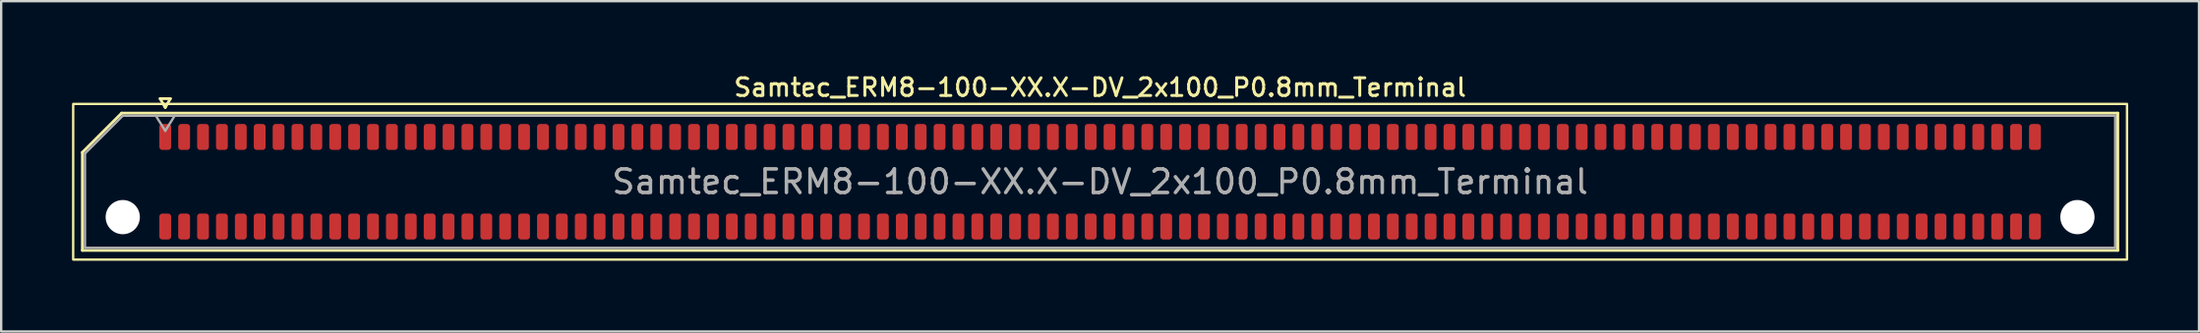
<source format=kicad_pcb>
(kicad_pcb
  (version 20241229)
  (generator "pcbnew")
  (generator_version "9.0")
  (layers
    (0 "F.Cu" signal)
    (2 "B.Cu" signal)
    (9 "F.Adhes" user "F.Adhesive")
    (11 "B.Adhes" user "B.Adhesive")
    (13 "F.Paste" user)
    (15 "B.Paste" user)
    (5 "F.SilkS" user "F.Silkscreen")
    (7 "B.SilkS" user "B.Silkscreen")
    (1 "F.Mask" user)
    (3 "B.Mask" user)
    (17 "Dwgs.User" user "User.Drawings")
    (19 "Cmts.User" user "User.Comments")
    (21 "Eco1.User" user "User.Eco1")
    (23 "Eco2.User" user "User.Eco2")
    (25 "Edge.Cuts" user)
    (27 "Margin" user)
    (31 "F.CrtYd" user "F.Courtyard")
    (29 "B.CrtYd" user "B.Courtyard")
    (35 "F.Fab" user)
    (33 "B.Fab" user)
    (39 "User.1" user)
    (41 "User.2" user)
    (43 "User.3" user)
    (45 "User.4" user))
  (footprint "Samtec_ERM8-100-XX.X-DV_2x100_P0.8mm_Terminal"
    (layer "F.Cu")
    (at 43.55 4.658)
    (property "Reference" "Samtec_ERM8-100-XX.X-DV_2x100_P0.8mm_Terminal" (at 0 -4 0) (layer "F.SilkS") (effects (font (size 0.75 0.75) (thickness 0.125))))
    (attr smd)
    (fp_line (start -43.11 -1.246) (end -41.446 -2.91) (stroke (width 0.12) (type solid)) (layer "F.SilkS"))
    (fp_line (start -43.11 2.91) (end -43.11 -1.246) (stroke (width 0.12) (type solid)) (layer "F.SilkS"))
    (fp_line (start -41.446 -2.91) (end 43.11 -2.91) (stroke (width 0.12) (type solid)) (layer "F.SilkS"))
    (fp_line (start -39.817 -3.525) (end -39.6 -3.15) (stroke (width 0.12) (type solid)) (layer "F.SilkS"))
    (fp_line (start -39.6 -3.15) (end -39.383 -3.525) (stroke (width 0.12) (type solid)) (layer "F.SilkS"))
    (fp_line (start -39.383 -3.525) (end -39.817 -3.525) (stroke (width 0.12) (type solid)) (layer "F.SilkS"))
    (fp_line (start 43.11 -2.91) (end 43.11 2.91) (stroke (width 0.12) (type solid)) (layer "F.SilkS"))
    (fp_line (start 43.11 2.91) (end -43.11 2.91) (stroke (width 0.12) (type solid)) (layer "F.SilkS"))
    (fp_rect (start -43.5 -3.3) (end 43.5 3.3) (stroke (width 0.1) (type solid)) (fill no) (layer "F.SilkS"))
    (fp_line (start -43 -1.2) (end -41.4 -2.8) (stroke (width 0.1) (type solid)) (layer "F.Fab"))
    (fp_line (start -43 2.8) (end -43 -1.2) (stroke (width 0.1) (type solid)) (layer "F.Fab"))
    (fp_line (start -41.4 -2.8) (end 43 -2.8) (stroke (width 0.1) (type solid)) (layer "F.Fab"))
    (fp_line (start -40 -2.8) (end -39.6 -2.16) (stroke (width 0.1) (type solid)) (layer "F.Fab"))
    (fp_line (start -39.6 -2.16) (end -39.2 -2.8) (stroke (width 0.1) (type solid)) (layer "F.Fab"))
    (fp_line (start 43 -2.8) (end 43 2.8) (stroke (width 0.1) (type solid)) (layer "F.Fab"))
    (fp_line (start 43 2.8) (end -43 2.8) (stroke (width 0.1) (type solid)) (layer "F.Fab"))
    (fp_text user "${REFERENCE}" (at 0 0 0) (layer "F.Fab") (effects (font (size 1 1) (thickness 0.15))))
    (pad "" np_thru_hole circle (at -41.4 1.5) (size 1.45 1.45) (drill 1.45) (layers "*.Cu" "*.Mask"))
    (pad "" np_thru_hole circle (at 41.4 1.5) (size 1.45 1.45) (drill 1.45) (layers "*.Cu" "*.Mask"))
    (pad "1" smd roundrect (at -39.6 -1.9) (size 0.5 1.1) (layers "F.Cu" "F.Mask" "F.Paste") (roundrect_rratio 0.25))
    (pad "2" smd roundrect (at -39.6 1.9) (size 0.5 1.1) (layers "F.Cu" "F.Mask" "F.Paste") (roundrect_rratio 0.25))
    (pad "3" smd roundrect (at -38.8 -1.9) (size 0.5 1.1) (layers "F.Cu" "F.Mask" "F.Paste") (roundrect_rratio 0.25))
    (pad "4" smd roundrect (at -38.8 1.9) (size 0.5 1.1) (layers "F.Cu" "F.Mask" "F.Paste") (roundrect_rratio 0.25))
    (pad "5" smd roundrect (at -38 -1.9) (size 0.5 1.1) (layers "F.Cu" "F.Mask" "F.Paste") (roundrect_rratio 0.25))
    (pad "6" smd roundrect (at -38 1.9) (size 0.5 1.1) (layers "F.Cu" "F.Mask" "F.Paste") (roundrect_rratio 0.25))
    (pad "7" smd roundrect (at -37.2 -1.9) (size 0.5 1.1) (layers "F.Cu" "F.Mask" "F.Paste") (roundrect_rratio 0.25))
    (pad "8" smd roundrect (at -37.2 1.9) (size 0.5 1.1) (layers "F.Cu" "F.Mask" "F.Paste") (roundrect_rratio 0.25))
    (pad "9" smd roundrect (at -36.4 -1.9) (size 0.5 1.1) (layers "F.Cu" "F.Mask" "F.Paste") (roundrect_rratio 0.25))
    (pad "10" smd roundrect (at -36.4 1.9) (size 0.5 1.1) (layers "F.Cu" "F.Mask" "F.Paste") (roundrect_rratio 0.25))
    (pad "11" smd roundrect (at -35.6 -1.9) (size 0.5 1.1) (layers "F.Cu" "F.Mask" "F.Paste") (roundrect_rratio 0.25))
    (pad "12" smd roundrect (at -35.6 1.9) (size 0.5 1.1) (layers "F.Cu" "F.Mask" "F.Paste") (roundrect_rratio 0.25))
    (pad "13" smd roundrect (at -34.8 -1.9) (size 0.5 1.1) (layers "F.Cu" "F.Mask" "F.Paste") (roundrect_rratio 0.25))
    (pad "14" smd roundrect (at -34.8 1.9) (size 0.5 1.1) (layers "F.Cu" "F.Mask" "F.Paste") (roundrect_rratio 0.25))
    (pad "15" smd roundrect (at -34 -1.9) (size 0.5 1.1) (layers "F.Cu" "F.Mask" "F.Paste") (roundrect_rratio 0.25))
    (pad "16" smd roundrect (at -34 1.9) (size 0.5 1.1) (layers "F.Cu" "F.Mask" "F.Paste") (roundrect_rratio 0.25))
    (pad "17" smd roundrect (at -33.2 -1.9) (size 0.5 1.1) (layers "F.Cu" "F.Mask" "F.Paste") (roundrect_rratio 0.25))
    (pad "18" smd roundrect (at -33.2 1.9) (size 0.5 1.1) (layers "F.Cu" "F.Mask" "F.Paste") (roundrect_rratio 0.25))
    (pad "19" smd roundrect (at -32.4 -1.9) (size 0.5 1.1) (layers "F.Cu" "F.Mask" "F.Paste") (roundrect_rratio 0.25))
    (pad "20" smd roundrect (at -32.4 1.9) (size 0.5 1.1) (layers "F.Cu" "F.Mask" "F.Paste") (roundrect_rratio 0.25))
    (pad "21" smd roundrect (at -31.6 -1.9) (size 0.5 1.1) (layers "F.Cu" "F.Mask" "F.Paste") (roundrect_rratio 0.25))
    (pad "22" smd roundrect (at -31.6 1.9) (size 0.5 1.1) (layers "F.Cu" "F.Mask" "F.Paste") (roundrect_rratio 0.25))
    (pad "23" smd roundrect (at -30.8 -1.9) (size 0.5 1.1) (layers "F.Cu" "F.Mask" "F.Paste") (roundrect_rratio 0.25))
    (pad "24" smd roundrect (at -30.8 1.9) (size 0.5 1.1) (layers "F.Cu" "F.Mask" "F.Paste") (roundrect_rratio 0.25))
    (pad "25" smd roundrect (at -30 -1.9) (size 0.5 1.1) (layers "F.Cu" "F.Mask" "F.Paste") (roundrect_rratio 0.25))
    (pad "26" smd roundrect (at -30 1.9) (size 0.5 1.1) (layers "F.Cu" "F.Mask" "F.Paste") (roundrect_rratio 0.25))
    (pad "27" smd roundrect (at -29.2 -1.9) (size 0.5 1.1) (layers "F.Cu" "F.Mask" "F.Paste") (roundrect_rratio 0.25))
    (pad "28" smd roundrect (at -29.2 1.9) (size 0.5 1.1) (layers "F.Cu" "F.Mask" "F.Paste") (roundrect_rratio 0.25))
    (pad "29" smd roundrect (at -28.4 -1.9) (size 0.5 1.1) (layers "F.Cu" "F.Mask" "F.Paste") (roundrect_rratio 0.25))
    (pad "30" smd roundrect (at -28.4 1.9) (size 0.5 1.1) (layers "F.Cu" "F.Mask" "F.Paste") (roundrect_rratio 0.25))
    (pad "31" smd roundrect (at -27.6 -1.9) (size 0.5 1.1) (layers "F.Cu" "F.Mask" "F.Paste") (roundrect_rratio 0.25))
    (pad "32" smd roundrect (at -27.6 1.9) (size 0.5 1.1) (layers "F.Cu" "F.Mask" "F.Paste") (roundrect_rratio 0.25))
    (pad "33" smd roundrect (at -26.8 -1.9) (size 0.5 1.1) (layers "F.Cu" "F.Mask" "F.Paste") (roundrect_rratio 0.25))
    (pad "34" smd roundrect (at -26.8 1.9) (size 0.5 1.1) (layers "F.Cu" "F.Mask" "F.Paste") (roundrect_rratio 0.25))
    (pad "35" smd roundrect (at -26 -1.9) (size 0.5 1.1) (layers "F.Cu" "F.Mask" "F.Paste") (roundrect_rratio 0.25))
    (pad "36" smd roundrect (at -26 1.9) (size 0.5 1.1) (layers "F.Cu" "F.Mask" "F.Paste") (roundrect_rratio 0.25))
    (pad "37" smd roundrect (at -25.2 -1.9) (size 0.5 1.1) (layers "F.Cu" "F.Mask" "F.Paste") (roundrect_rratio 0.25))
    (pad "38" smd roundrect (at -25.2 1.9) (size 0.5 1.1) (layers "F.Cu" "F.Mask" "F.Paste") (roundrect_rratio 0.25))
    (pad "39" smd roundrect (at -24.4 -1.9) (size 0.5 1.1) (layers "F.Cu" "F.Mask" "F.Paste") (roundrect_rratio 0.25))
    (pad "40" smd roundrect (at -24.4 1.9) (size 0.5 1.1) (layers "F.Cu" "F.Mask" "F.Paste") (roundrect_rratio 0.25))
    (pad "41" smd roundrect (at -23.6 -1.9) (size 0.5 1.1) (layers "F.Cu" "F.Mask" "F.Paste") (roundrect_rratio 0.25))
    (pad "42" smd roundrect (at -23.6 1.9) (size 0.5 1.1) (layers "F.Cu" "F.Mask" "F.Paste") (roundrect_rratio 0.25))
    (pad "43" smd roundrect (at -22.8 -1.9) (size 0.5 1.1) (layers "F.Cu" "F.Mask" "F.Paste") (roundrect_rratio 0.25))
    (pad "44" smd roundrect (at -22.8 1.9) (size 0.5 1.1) (layers "F.Cu" "F.Mask" "F.Paste") (roundrect_rratio 0.25))
    (pad "45" smd roundrect (at -22 -1.9) (size 0.5 1.1) (layers "F.Cu" "F.Mask" "F.Paste") (roundrect_rratio 0.25))
    (pad "46" smd roundrect (at -22 1.9) (size 0.5 1.1) (layers "F.Cu" "F.Mask" "F.Paste") (roundrect_rratio 0.25))
    (pad "47" smd roundrect (at -21.2 -1.9) (size 0.5 1.1) (layers "F.Cu" "F.Mask" "F.Paste") (roundrect_rratio 0.25))
    (pad "48" smd roundrect (at -21.2 1.9) (size 0.5 1.1) (layers "F.Cu" "F.Mask" "F.Paste") (roundrect_rratio 0.25))
    (pad "49" smd roundrect (at -20.4 -1.9) (size 0.5 1.1) (layers "F.Cu" "F.Mask" "F.Paste") (roundrect_rratio 0.25))
    (pad "50" smd roundrect (at -20.4 1.9) (size 0.5 1.1) (layers "F.Cu" "F.Mask" "F.Paste") (roundrect_rratio 0.25))
    (pad "51" smd roundrect (at -19.6 -1.9) (size 0.5 1.1) (layers "F.Cu" "F.Mask" "F.Paste") (roundrect_rratio 0.25))
    (pad "52" smd roundrect (at -19.6 1.9) (size 0.5 1.1) (layers "F.Cu" "F.Mask" "F.Paste") (roundrect_rratio 0.25))
    (pad "53" smd roundrect (at -18.8 -1.9) (size 0.5 1.1) (layers "F.Cu" "F.Mask" "F.Paste") (roundrect_rratio 0.25))
    (pad "54" smd roundrect (at -18.8 1.9) (size 0.5 1.1) (layers "F.Cu" "F.Mask" "F.Paste") (roundrect_rratio 0.25))
    (pad "55" smd roundrect (at -18 -1.9) (size 0.5 1.1) (layers "F.Cu" "F.Mask" "F.Paste") (roundrect_rratio 0.25))
    (pad "56" smd roundrect (at -18 1.9) (size 0.5 1.1) (layers "F.Cu" "F.Mask" "F.Paste") (roundrect_rratio 0.25))
    (pad "57" smd roundrect (at -17.2 -1.9) (size 0.5 1.1) (layers "F.Cu" "F.Mask" "F.Paste") (roundrect_rratio 0.25))
    (pad "58" smd roundrect (at -17.2 1.9) (size 0.5 1.1) (layers "F.Cu" "F.Mask" "F.Paste") (roundrect_rratio 0.25))
    (pad "59" smd roundrect (at -16.4 -1.9) (size 0.5 1.1) (layers "F.Cu" "F.Mask" "F.Paste") (roundrect_rratio 0.25))
    (pad "60" smd roundrect (at -16.4 1.9) (size 0.5 1.1) (layers "F.Cu" "F.Mask" "F.Paste") (roundrect_rratio 0.25))
    (pad "61" smd roundrect (at -15.6 -1.9) (size 0.5 1.1) (layers "F.Cu" "F.Mask" "F.Paste") (roundrect_rratio 0.25))
    (pad "62" smd roundrect (at -15.6 1.9) (size 0.5 1.1) (layers "F.Cu" "F.Mask" "F.Paste") (roundrect_rratio 0.25))
    (pad "63" smd roundrect (at -14.8 -1.9) (size 0.5 1.1) (layers "F.Cu" "F.Mask" "F.Paste") (roundrect_rratio 0.25))
    (pad "64" smd roundrect (at -14.8 1.9) (size 0.5 1.1) (layers "F.Cu" "F.Mask" "F.Paste") (roundrect_rratio 0.25))
    (pad "65" smd roundrect (at -14 -1.9) (size 0.5 1.1) (layers "F.Cu" "F.Mask" "F.Paste") (roundrect_rratio 0.25))
    (pad "66" smd roundrect (at -14 1.9) (size 0.5 1.1) (layers "F.Cu" "F.Mask" "F.Paste") (roundrect_rratio 0.25))
    (pad "67" smd roundrect (at -13.2 -1.9) (size 0.5 1.1) (layers "F.Cu" "F.Mask" "F.Paste") (roundrect_rratio 0.25))
    (pad "68" smd roundrect (at -13.2 1.9) (size 0.5 1.1) (layers "F.Cu" "F.Mask" "F.Paste") (roundrect_rratio 0.25))
    (pad "69" smd roundrect (at -12.4 -1.9) (size 0.5 1.1) (layers "F.Cu" "F.Mask" "F.Paste") (roundrect_rratio 0.25))
    (pad "70" smd roundrect (at -12.4 1.9) (size 0.5 1.1) (layers "F.Cu" "F.Mask" "F.Paste") (roundrect_rratio 0.25))
    (pad "71" smd roundrect (at -11.6 -1.9) (size 0.5 1.1) (layers "F.Cu" "F.Mask" "F.Paste") (roundrect_rratio 0.25))
    (pad "72" smd roundrect (at -11.6 1.9) (size 0.5 1.1) (layers "F.Cu" "F.Mask" "F.Paste") (roundrect_rratio 0.25))
    (pad "73" smd roundrect (at -10.8 -1.9) (size 0.5 1.1) (layers "F.Cu" "F.Mask" "F.Paste") (roundrect_rratio 0.25))
    (pad "74" smd roundrect (at -10.8 1.9) (size 0.5 1.1) (layers "F.Cu" "F.Mask" "F.Paste") (roundrect_rratio 0.25))
    (pad "75" smd roundrect (at -10 -1.9) (size 0.5 1.1) (layers "F.Cu" "F.Mask" "F.Paste") (roundrect_rratio 0.25))
    (pad "76" smd roundrect (at -10 1.9) (size 0.5 1.1) (layers "F.Cu" "F.Mask" "F.Paste") (roundrect_rratio 0.25))
    (pad "77" smd roundrect (at -9.2 -1.9) (size 0.5 1.1) (layers "F.Cu" "F.Mask" "F.Paste") (roundrect_rratio 0.25))
    (pad "78" smd roundrect (at -9.2 1.9) (size 0.5 1.1) (layers "F.Cu" "F.Mask" "F.Paste") (roundrect_rratio 0.25))
    (pad "79" smd roundrect (at -8.4 -1.9) (size 0.5 1.1) (layers "F.Cu" "F.Mask" "F.Paste") (roundrect_rratio 0.25))
    (pad "80" smd roundrect (at -8.4 1.9) (size 0.5 1.1) (layers "F.Cu" "F.Mask" "F.Paste") (roundrect_rratio 0.25))
    (pad "81" smd roundrect (at -7.6 -1.9) (size 0.5 1.1) (layers "F.Cu" "F.Mask" "F.Paste") (roundrect_rratio 0.25))
    (pad "82" smd roundrect (at -7.6 1.9) (size 0.5 1.1) (layers "F.Cu" "F.Mask" "F.Paste") (roundrect_rratio 0.25))
    (pad "83" smd roundrect (at -6.8 -1.9) (size 0.5 1.1) (layers "F.Cu" "F.Mask" "F.Paste") (roundrect_rratio 0.25))
    (pad "84" smd roundrect (at -6.8 1.9) (size 0.5 1.1) (layers "F.Cu" "F.Mask" "F.Paste") (roundrect_rratio 0.25))
    (pad "85" smd roundrect (at -6 -1.9) (size 0.5 1.1) (layers "F.Cu" "F.Mask" "F.Paste") (roundrect_rratio 0.25))
    (pad "86" smd roundrect (at -6 1.9) (size 0.5 1.1) (layers "F.Cu" "F.Mask" "F.Paste") (roundrect_rratio 0.25))
    (pad "87" smd roundrect (at -5.2 -1.9) (size 0.5 1.1) (layers "F.Cu" "F.Mask" "F.Paste") (roundrect_rratio 0.25))
    (pad "88" smd roundrect (at -5.2 1.9) (size 0.5 1.1) (layers "F.Cu" "F.Mask" "F.Paste") (roundrect_rratio 0.25))
    (pad "89" smd roundrect (at -4.4 -1.9) (size 0.5 1.1) (layers "F.Cu" "F.Mask" "F.Paste") (roundrect_rratio 0.25))
    (pad "90" smd roundrect (at -4.4 1.9) (size 0.5 1.1) (layers "F.Cu" "F.Mask" "F.Paste") (roundrect_rratio 0.25))
    (pad "91" smd roundrect (at -3.6 -1.9) (size 0.5 1.1) (layers "F.Cu" "F.Mask" "F.Paste") (roundrect_rratio 0.25))
    (pad "92" smd roundrect (at -3.6 1.9) (size 0.5 1.1) (layers "F.Cu" "F.Mask" "F.Paste") (roundrect_rratio 0.25))
    (pad "93" smd roundrect (at -2.8 -1.9) (size 0.5 1.1) (layers "F.Cu" "F.Mask" "F.Paste") (roundrect_rratio 0.25))
    (pad "94" smd roundrect (at -2.8 1.9) (size 0.5 1.1) (layers "F.Cu" "F.Mask" "F.Paste") (roundrect_rratio 0.25))
    (pad "95" smd roundrect (at -2 -1.9) (size 0.5 1.1) (layers "F.Cu" "F.Mask" "F.Paste") (roundrect_rratio 0.25))
    (pad "96" smd roundrect (at -2 1.9) (size 0.5 1.1) (layers "F.Cu" "F.Mask" "F.Paste") (roundrect_rratio 0.25))
    (pad "97" smd roundrect (at -1.2 -1.9) (size 0.5 1.1) (layers "F.Cu" "F.Mask" "F.Paste") (roundrect_rratio 0.25))
    (pad "98" smd roundrect (at -1.2 1.9) (size 0.5 1.1) (layers "F.Cu" "F.Mask" "F.Paste") (roundrect_rratio 0.25))
    (pad "99" smd roundrect (at -0.4 -1.9) (size 0.5 1.1) (layers "F.Cu" "F.Mask" "F.Paste") (roundrect_rratio 0.25))
    (pad "100" smd roundrect (at -0.4 1.9) (size 0.5 1.1) (layers "F.Cu" "F.Mask" "F.Paste") (roundrect_rratio 0.25))
    (pad "101" smd roundrect (at 0.4 -1.9) (size 0.5 1.1) (layers "F.Cu" "F.Mask" "F.Paste") (roundrect_rratio 0.25))
    (pad "102" smd roundrect (at 0.4 1.9) (size 0.5 1.1) (layers "F.Cu" "F.Mask" "F.Paste") (roundrect_rratio 0.25))
    (pad "103" smd roundrect (at 1.2 -1.9) (size 0.5 1.1) (layers "F.Cu" "F.Mask" "F.Paste") (roundrect_rratio 0.25))
    (pad "104" smd roundrect (at 1.2 1.9) (size 0.5 1.1) (layers "F.Cu" "F.Mask" "F.Paste") (roundrect_rratio 0.25))
    (pad "105" smd roundrect (at 2 -1.9) (size 0.5 1.1) (layers "F.Cu" "F.Mask" "F.Paste") (roundrect_rratio 0.25))
    (pad "106" smd roundrect (at 2 1.9) (size 0.5 1.1) (layers "F.Cu" "F.Mask" "F.Paste") (roundrect_rratio 0.25))
    (pad "107" smd roundrect (at 2.8 -1.9) (size 0.5 1.1) (layers "F.Cu" "F.Mask" "F.Paste") (roundrect_rratio 0.25))
    (pad "108" smd roundrect (at 2.8 1.9) (size 0.5 1.1) (layers "F.Cu" "F.Mask" "F.Paste") (roundrect_rratio 0.25))
    (pad "109" smd roundrect (at 3.6 -1.9) (size 0.5 1.1) (layers "F.Cu" "F.Mask" "F.Paste") (roundrect_rratio 0.25))
    (pad "110" smd roundrect (at 3.6 1.9) (size 0.5 1.1) (layers "F.Cu" "F.Mask" "F.Paste") (roundrect_rratio 0.25))
    (pad "111" smd roundrect (at 4.4 -1.9) (size 0.5 1.1) (layers "F.Cu" "F.Mask" "F.Paste") (roundrect_rratio 0.25))
    (pad "112" smd roundrect (at 4.4 1.9) (size 0.5 1.1) (layers "F.Cu" "F.Mask" "F.Paste") (roundrect_rratio 0.25))
    (pad "113" smd roundrect (at 5.2 -1.9) (size 0.5 1.1) (layers "F.Cu" "F.Mask" "F.Paste") (roundrect_rratio 0.25))
    (pad "114" smd roundrect (at 5.2 1.9) (size 0.5 1.1) (layers "F.Cu" "F.Mask" "F.Paste") (roundrect_rratio 0.25))
    (pad "115" smd roundrect (at 6 -1.9) (size 0.5 1.1) (layers "F.Cu" "F.Mask" "F.Paste") (roundrect_rratio 0.25))
    (pad "116" smd roundrect (at 6 1.9) (size 0.5 1.1) (layers "F.Cu" "F.Mask" "F.Paste") (roundrect_rratio 0.25))
    (pad "117" smd roundrect (at 6.8 -1.9) (size 0.5 1.1) (layers "F.Cu" "F.Mask" "F.Paste") (roundrect_rratio 0.25))
    (pad "118" smd roundrect (at 6.8 1.9) (size 0.5 1.1) (layers "F.Cu" "F.Mask" "F.Paste") (roundrect_rratio 0.25))
    (pad "119" smd roundrect (at 7.6 -1.9) (size 0.5 1.1) (layers "F.Cu" "F.Mask" "F.Paste") (roundrect_rratio 0.25))
    (pad "120" smd roundrect (at 7.6 1.9) (size 0.5 1.1) (layers "F.Cu" "F.Mask" "F.Paste") (roundrect_rratio 0.25))
    (pad "121" smd roundrect (at 8.4 -1.9) (size 0.5 1.1) (layers "F.Cu" "F.Mask" "F.Paste") (roundrect_rratio 0.25))
    (pad "122" smd roundrect (at 8.4 1.9) (size 0.5 1.1) (layers "F.Cu" "F.Mask" "F.Paste") (roundrect_rratio 0.25))
    (pad "123" smd roundrect (at 9.2 -1.9) (size 0.5 1.1) (layers "F.Cu" "F.Mask" "F.Paste") (roundrect_rratio 0.25))
    (pad "124" smd roundrect (at 9.2 1.9) (size 0.5 1.1) (layers "F.Cu" "F.Mask" "F.Paste") (roundrect_rratio 0.25))
    (pad "125" smd roundrect (at 10 -1.9) (size 0.5 1.1) (layers "F.Cu" "F.Mask" "F.Paste") (roundrect_rratio 0.25))
    (pad "126" smd roundrect (at 10 1.9) (size 0.5 1.1) (layers "F.Cu" "F.Mask" "F.Paste") (roundrect_rratio 0.25))
    (pad "127" smd roundrect (at 10.8 -1.9) (size 0.5 1.1) (layers "F.Cu" "F.Mask" "F.Paste") (roundrect_rratio 0.25))
    (pad "128" smd roundrect (at 10.8 1.9) (size 0.5 1.1) (layers "F.Cu" "F.Mask" "F.Paste") (roundrect_rratio 0.25))
    (pad "129" smd roundrect (at 11.6 -1.9) (size 0.5 1.1) (layers "F.Cu" "F.Mask" "F.Paste") (roundrect_rratio 0.25))
    (pad "130" smd roundrect (at 11.6 1.9) (size 0.5 1.1) (layers "F.Cu" "F.Mask" "F.Paste") (roundrect_rratio 0.25))
    (pad "131" smd roundrect (at 12.4 -1.9) (size 0.5 1.1) (layers "F.Cu" "F.Mask" "F.Paste") (roundrect_rratio 0.25))
    (pad "132" smd roundrect (at 12.4 1.9) (size 0.5 1.1) (layers "F.Cu" "F.Mask" "F.Paste") (roundrect_rratio 0.25))
    (pad "133" smd roundrect (at 13.2 -1.9) (size 0.5 1.1) (layers "F.Cu" "F.Mask" "F.Paste") (roundrect_rratio 0.25))
    (pad "134" smd roundrect (at 13.2 1.9) (size 0.5 1.1) (layers "F.Cu" "F.Mask" "F.Paste") (roundrect_rratio 0.25))
    (pad "135" smd roundrect (at 14 -1.9) (size 0.5 1.1) (layers "F.Cu" "F.Mask" "F.Paste") (roundrect_rratio 0.25))
    (pad "136" smd roundrect (at 14 1.9) (size 0.5 1.1) (layers "F.Cu" "F.Mask" "F.Paste") (roundrect_rratio 0.25))
    (pad "137" smd roundrect (at 14.8 -1.9) (size 0.5 1.1) (layers "F.Cu" "F.Mask" "F.Paste") (roundrect_rratio 0.25))
    (pad "138" smd roundrect (at 14.8 1.9) (size 0.5 1.1) (layers "F.Cu" "F.Mask" "F.Paste") (roundrect_rratio 0.25))
    (pad "139" smd roundrect (at 15.6 -1.9) (size 0.5 1.1) (layers "F.Cu" "F.Mask" "F.Paste") (roundrect_rratio 0.25))
    (pad "140" smd roundrect (at 15.6 1.9) (size 0.5 1.1) (layers "F.Cu" "F.Mask" "F.Paste") (roundrect_rratio 0.25))
    (pad "141" smd roundrect (at 16.4 -1.9) (size 0.5 1.1) (layers "F.Cu" "F.Mask" "F.Paste") (roundrect_rratio 0.25))
    (pad "142" smd roundrect (at 16.4 1.9) (size 0.5 1.1) (layers "F.Cu" "F.Mask" "F.Paste") (roundrect_rratio 0.25))
    (pad "143" smd roundrect (at 17.2 -1.9) (size 0.5 1.1) (layers "F.Cu" "F.Mask" "F.Paste") (roundrect_rratio 0.25))
    (pad "144" smd roundrect (at 17.2 1.9) (size 0.5 1.1) (layers "F.Cu" "F.Mask" "F.Paste") (roundrect_rratio 0.25))
    (pad "145" smd roundrect (at 18 -1.9) (size 0.5 1.1) (layers "F.Cu" "F.Mask" "F.Paste") (roundrect_rratio 0.25))
    (pad "146" smd roundrect (at 18 1.9) (size 0.5 1.1) (layers "F.Cu" "F.Mask" "F.Paste") (roundrect_rratio 0.25))
    (pad "147" smd roundrect (at 18.8 -1.9) (size 0.5 1.1) (layers "F.Cu" "F.Mask" "F.Paste") (roundrect_rratio 0.25))
    (pad "148" smd roundrect (at 18.8 1.9) (size 0.5 1.1) (layers "F.Cu" "F.Mask" "F.Paste") (roundrect_rratio 0.25))
    (pad "149" smd roundrect (at 19.6 -1.9) (size 0.5 1.1) (layers "F.Cu" "F.Mask" "F.Paste") (roundrect_rratio 0.25))
    (pad "150" smd roundrect (at 19.6 1.9) (size 0.5 1.1) (layers "F.Cu" "F.Mask" "F.Paste") (roundrect_rratio 0.25))
    (pad "151" smd roundrect (at 20.4 -1.9) (size 0.5 1.1) (layers "F.Cu" "F.Mask" "F.Paste") (roundrect_rratio 0.25))
    (pad "152" smd roundrect (at 20.4 1.9) (size 0.5 1.1) (layers "F.Cu" "F.Mask" "F.Paste") (roundrect_rratio 0.25))
    (pad "153" smd roundrect (at 21.2 -1.9) (size 0.5 1.1) (layers "F.Cu" "F.Mask" "F.Paste") (roundrect_rratio 0.25))
    (pad "154" smd roundrect (at 21.2 1.9) (size 0.5 1.1) (layers "F.Cu" "F.Mask" "F.Paste") (roundrect_rratio 0.25))
    (pad "155" smd roundrect (at 22 -1.9) (size 0.5 1.1) (layers "F.Cu" "F.Mask" "F.Paste") (roundrect_rratio 0.25))
    (pad "156" smd roundrect (at 22 1.9) (size 0.5 1.1) (layers "F.Cu" "F.Mask" "F.Paste") (roundrect_rratio 0.25))
    (pad "157" smd roundrect (at 22.8 -1.9) (size 0.5 1.1) (layers "F.Cu" "F.Mask" "F.Paste") (roundrect_rratio 0.25))
    (pad "158" smd roundrect (at 22.8 1.9) (size 0.5 1.1) (layers "F.Cu" "F.Mask" "F.Paste") (roundrect_rratio 0.25))
    (pad "159" smd roundrect (at 23.6 -1.9) (size 0.5 1.1) (layers "F.Cu" "F.Mask" "F.Paste") (roundrect_rratio 0.25))
    (pad "160" smd roundrect (at 23.6 1.9) (size 0.5 1.1) (layers "F.Cu" "F.Mask" "F.Paste") (roundrect_rratio 0.25))
    (pad "161" smd roundrect (at 24.4 -1.9) (size 0.5 1.1) (layers "F.Cu" "F.Mask" "F.Paste") (roundrect_rratio 0.25))
    (pad "162" smd roundrect (at 24.4 1.9) (size 0.5 1.1) (layers "F.Cu" "F.Mask" "F.Paste") (roundrect_rratio 0.25))
    (pad "163" smd roundrect (at 25.2 -1.9) (size 0.5 1.1) (layers "F.Cu" "F.Mask" "F.Paste") (roundrect_rratio 0.25))
    (pad "164" smd roundrect (at 25.2 1.9) (size 0.5 1.1) (layers "F.Cu" "F.Mask" "F.Paste") (roundrect_rratio 0.25))
    (pad "165" smd roundrect (at 26 -1.9) (size 0.5 1.1) (layers "F.Cu" "F.Mask" "F.Paste") (roundrect_rratio 0.25))
    (pad "166" smd roundrect (at 26 1.9) (size 0.5 1.1) (layers "F.Cu" "F.Mask" "F.Paste") (roundrect_rratio 0.25))
    (pad "167" smd roundrect (at 26.8 -1.9) (size 0.5 1.1) (layers "F.Cu" "F.Mask" "F.Paste") (roundrect_rratio 0.25))
    (pad "168" smd roundrect (at 26.8 1.9) (size 0.5 1.1) (layers "F.Cu" "F.Mask" "F.Paste") (roundrect_rratio 0.25))
    (pad "169" smd roundrect (at 27.6 -1.9) (size 0.5 1.1) (layers "F.Cu" "F.Mask" "F.Paste") (roundrect_rratio 0.25))
    (pad "170" smd roundrect (at 27.6 1.9) (size 0.5 1.1) (layers "F.Cu" "F.Mask" "F.Paste") (roundrect_rratio 0.25))
    (pad "171" smd roundrect (at 28.4 -1.9) (size 0.5 1.1) (layers "F.Cu" "F.Mask" "F.Paste") (roundrect_rratio 0.25))
    (pad "172" smd roundrect (at 28.4 1.9) (size 0.5 1.1) (layers "F.Cu" "F.Mask" "F.Paste") (roundrect_rratio 0.25))
    (pad "173" smd roundrect (at 29.2 -1.9) (size 0.5 1.1) (layers "F.Cu" "F.Mask" "F.Paste") (roundrect_rratio 0.25))
    (pad "174" smd roundrect (at 29.2 1.9) (size 0.5 1.1) (layers "F.Cu" "F.Mask" "F.Paste") (roundrect_rratio 0.25))
    (pad "175" smd roundrect (at 30 -1.9) (size 0.5 1.1) (layers "F.Cu" "F.Mask" "F.Paste") (roundrect_rratio 0.25))
    (pad "176" smd roundrect (at 30 1.9) (size 0.5 1.1) (layers "F.Cu" "F.Mask" "F.Paste") (roundrect_rratio 0.25))
    (pad "177" smd roundrect (at 30.8 -1.9) (size 0.5 1.1) (layers "F.Cu" "F.Mask" "F.Paste") (roundrect_rratio 0.25))
    (pad "178" smd roundrect (at 30.8 1.9) (size 0.5 1.1) (layers "F.Cu" "F.Mask" "F.Paste") (roundrect_rratio 0.25))
    (pad "179" smd roundrect (at 31.6 -1.9) (size 0.5 1.1) (layers "F.Cu" "F.Mask" "F.Paste") (roundrect_rratio 0.25))
    (pad "180" smd roundrect (at 31.6 1.9) (size 0.5 1.1) (layers "F.Cu" "F.Mask" "F.Paste") (roundrect_rratio 0.25))
    (pad "181" smd roundrect (at 32.4 -1.9) (size 0.5 1.1) (layers "F.Cu" "F.Mask" "F.Paste") (roundrect_rratio 0.25))
    (pad "182" smd roundrect (at 32.4 1.9) (size 0.5 1.1) (layers "F.Cu" "F.Mask" "F.Paste") (roundrect_rratio 0.25))
    (pad "183" smd roundrect (at 33.2 -1.9) (size 0.5 1.1) (layers "F.Cu" "F.Mask" "F.Paste") (roundrect_rratio 0.25))
    (pad "184" smd roundrect (at 33.2 1.9) (size 0.5 1.1) (layers "F.Cu" "F.Mask" "F.Paste") (roundrect_rratio 0.25))
    (pad "185" smd roundrect (at 34 -1.9) (size 0.5 1.1) (layers "F.Cu" "F.Mask" "F.Paste") (roundrect_rratio 0.25))
    (pad "186" smd roundrect (at 34 1.9) (size 0.5 1.1) (layers "F.Cu" "F.Mask" "F.Paste") (roundrect_rratio 0.25))
    (pad "187" smd roundrect (at 34.8 -1.9) (size 0.5 1.1) (layers "F.Cu" "F.Mask" "F.Paste") (roundrect_rratio 0.25))
    (pad "188" smd roundrect (at 34.8 1.9) (size 0.5 1.1) (layers "F.Cu" "F.Mask" "F.Paste") (roundrect_rratio 0.25))
    (pad "189" smd roundrect (at 35.6 -1.9) (size 0.5 1.1) (layers "F.Cu" "F.Mask" "F.Paste") (roundrect_rratio 0.25))
    (pad "190" smd roundrect (at 35.6 1.9) (size 0.5 1.1) (layers "F.Cu" "F.Mask" "F.Paste") (roundrect_rratio 0.25))
    (pad "191" smd roundrect (at 36.4 -1.9) (size 0.5 1.1) (layers "F.Cu" "F.Mask" "F.Paste") (roundrect_rratio 0.25))
    (pad "192" smd roundrect (at 36.4 1.9) (size 0.5 1.1) (layers "F.Cu" "F.Mask" "F.Paste") (roundrect_rratio 0.25))
    (pad "193" smd roundrect (at 37.2 -1.9) (size 0.5 1.1) (layers "F.Cu" "F.Mask" "F.Paste") (roundrect_rratio 0.25))
    (pad "194" smd roundrect (at 37.2 1.9) (size 0.5 1.1) (layers "F.Cu" "F.Mask" "F.Paste") (roundrect_rratio 0.25))
    (pad "195" smd roundrect (at 38 -1.9) (size 0.5 1.1) (layers "F.Cu" "F.Mask" "F.Paste") (roundrect_rratio 0.25))
    (pad "196" smd roundrect (at 38 1.9) (size 0.5 1.1) (layers "F.Cu" "F.Mask" "F.Paste") (roundrect_rratio 0.25))
    (pad "197" smd roundrect (at 38.8 -1.9) (size 0.5 1.1) (layers "F.Cu" "F.Mask" "F.Paste") (roundrect_rratio 0.25))
    (pad "198" smd roundrect (at 38.8 1.9) (size 0.5 1.1) (layers "F.Cu" "F.Mask" "F.Paste") (roundrect_rratio 0.25))
    (pad "199" smd roundrect (at 39.6 -1.9) (size 0.5 1.1) (layers "F.Cu" "F.Mask" "F.Paste") (roundrect_rratio 0.25))
    (pad "200" smd roundrect (at 39.6 1.9) (size 0.5 1.1) (layers "F.Cu" "F.Mask" "F.Paste") (roundrect_rratio 0.25)))
  (gr_rect
    (start -3 -3)
    (end 90.1 11.008)
    (stroke (width 0.1) (type default))
    (fill no)
    (layer "Edge.Cuts")))
</source>
